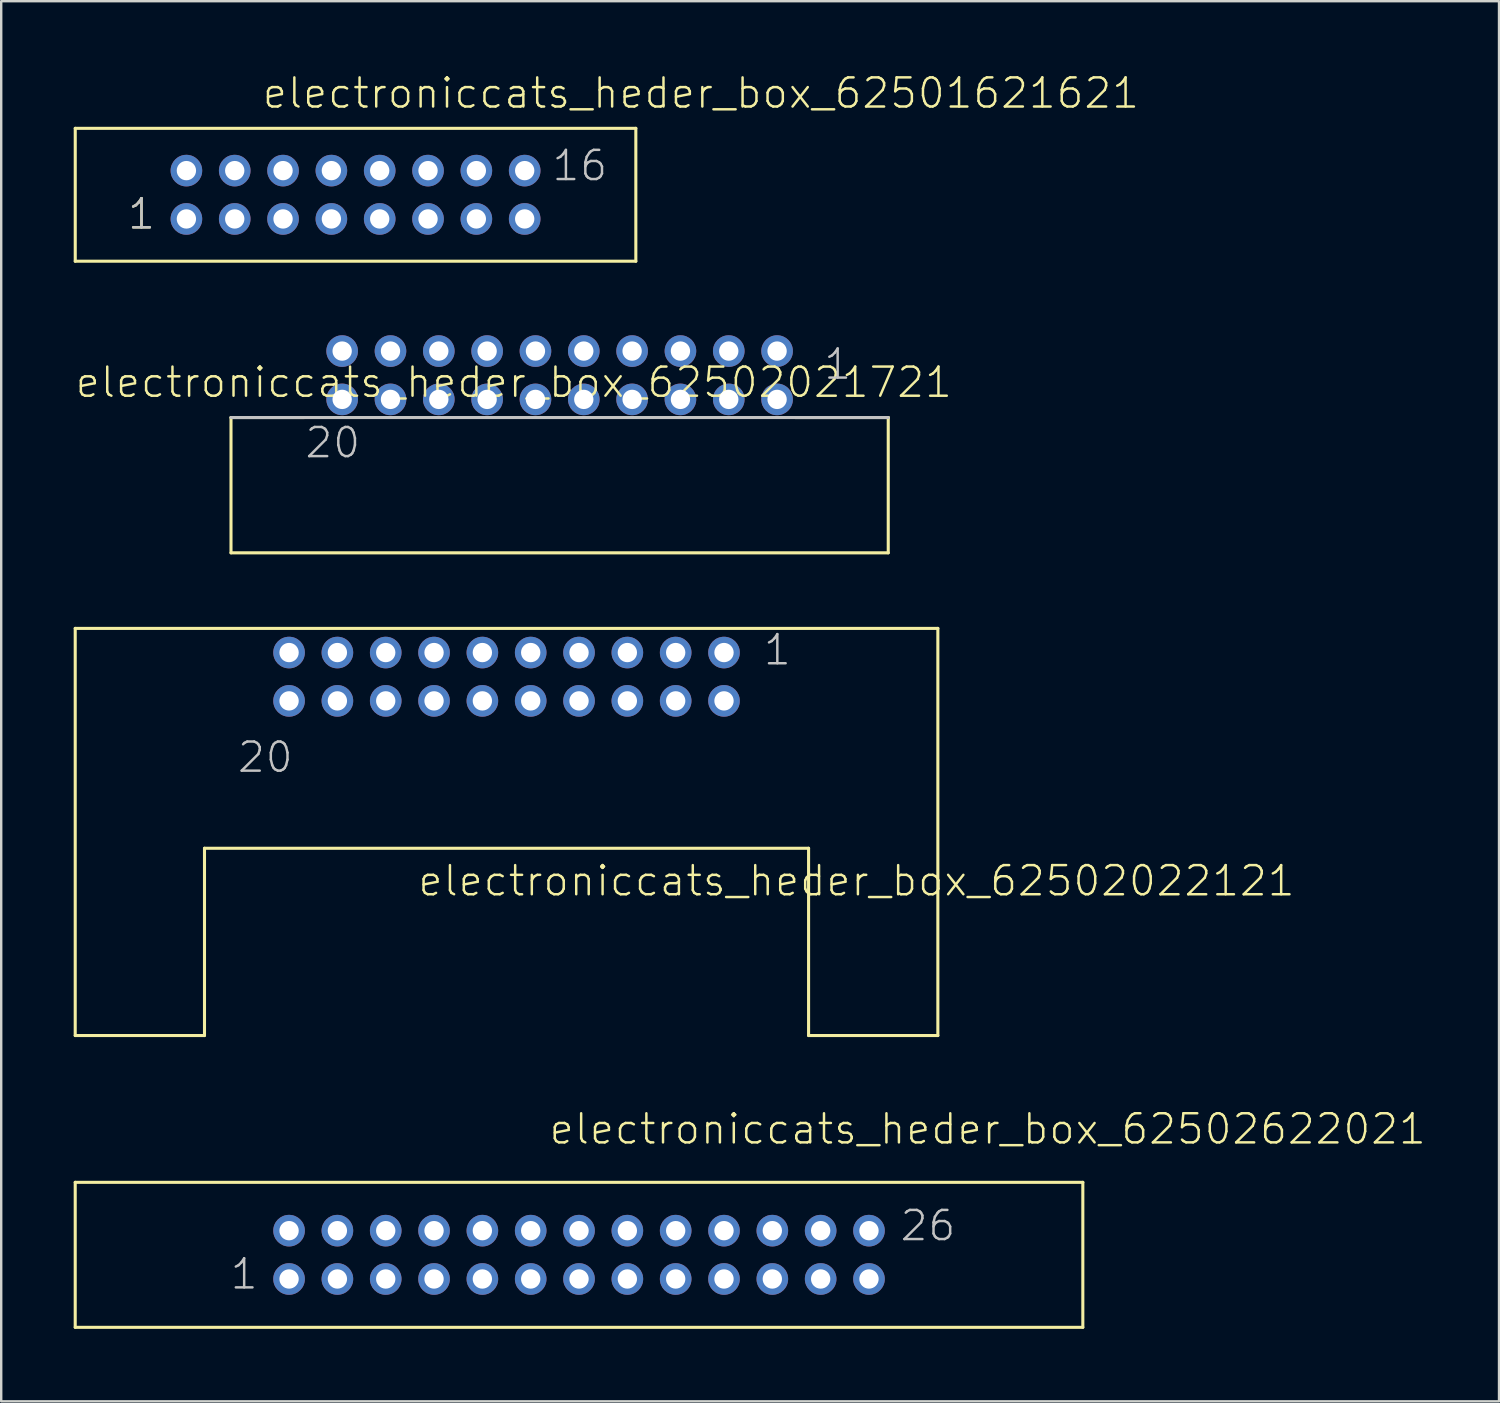
<source format=kicad_pcb>
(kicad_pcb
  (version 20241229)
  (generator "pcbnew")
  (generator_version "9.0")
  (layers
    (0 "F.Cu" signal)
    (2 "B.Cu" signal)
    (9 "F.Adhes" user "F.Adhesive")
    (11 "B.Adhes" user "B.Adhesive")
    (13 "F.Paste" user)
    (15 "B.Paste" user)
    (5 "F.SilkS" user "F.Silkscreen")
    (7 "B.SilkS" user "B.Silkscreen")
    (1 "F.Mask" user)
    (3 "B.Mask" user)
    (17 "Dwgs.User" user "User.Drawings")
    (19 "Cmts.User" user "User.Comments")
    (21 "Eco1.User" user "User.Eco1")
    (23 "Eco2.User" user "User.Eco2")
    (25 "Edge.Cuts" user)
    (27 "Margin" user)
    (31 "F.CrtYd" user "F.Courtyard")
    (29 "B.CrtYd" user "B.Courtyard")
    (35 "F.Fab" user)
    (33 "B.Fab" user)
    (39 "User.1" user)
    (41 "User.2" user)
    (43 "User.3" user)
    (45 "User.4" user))
  (footprint "electroniccats_heder_box_62502022121"
    (layer "F.Cu")
    (at 17.913 24.956)
    (property "Reference" "electroniccats_heder_box_62502022121" (at -3.73 9.155 0) (layer "F.SilkS") (effects (font (size 1.206 1.206) (thickness 0.102)) (justify left bottom)))
    (attr through_hole)
    (fp_line (start -17.85 -2) (end -17.85 14.85) (stroke (width 0.127) (type solid)) (layer "F.SilkS"))
    (fp_line (start -17.85 14.85) (end -12.5 14.85) (stroke (width 0.127) (type solid)) (layer "F.SilkS"))
    (fp_line (start -12.5 7.1) (end 12.5 7.1) (stroke (width 0.127) (type solid)) (layer "F.SilkS"))
    (fp_line (start -12.5 14.85) (end -12.5 7.1) (stroke (width 0.127) (type solid)) (layer "F.SilkS"))
    (fp_line (start 12.5 7.1) (end 12.5 14.85) (stroke (width 0.127) (type solid)) (layer "F.SilkS"))
    (fp_line (start 12.5 14.85) (end 17.85 14.85) (stroke (width 0.127) (type solid)) (layer "F.SilkS"))
    (fp_line (start 17.85 -2) (end -17.85 -2) (stroke (width 0.127) (type solid)) (layer "F.SilkS"))
    (fp_line (start 17.85 14.85) (end 17.85 -2) (stroke (width 0.127) (type solid)) (layer "F.SilkS"))
    (fp_text user "1" (at 10.565 -0.405 0) (layer "Dwgs.User") (effects (font (size 1.206 1.206) (thickness 0.102)) (justify left bottom)))
    (fp_text user "20" (at -11.2 4.04 0) (layer "Dwgs.User") (effects (font (size 1.206 1.206) (thickness 0.102)) (justify left bottom)))
    (pad "1" thru_hole circle (at 9 -1) (size 1.308 1.308) (drill 0.8) (layers "*.Cu" "*.Mask"))
    (pad "2" thru_hole circle (at 9 1) (size 1.308 1.308) (drill 0.8) (layers "*.Cu" "*.Mask"))
    (pad "3" thru_hole circle (at 7 -1) (size 1.308 1.308) (drill 0.8) (layers "*.Cu" "*.Mask"))
    (pad "4" thru_hole circle (at 7 1) (size 1.308 1.308) (drill 0.8) (layers "*.Cu" "*.Mask"))
    (pad "5" thru_hole circle (at 5 -1) (size 1.308 1.308) (drill 0.8) (layers "*.Cu" "*.Mask"))
    (pad "6" thru_hole circle (at 5 1) (size 1.308 1.308) (drill 0.8) (layers "*.Cu" "*.Mask"))
    (pad "7" thru_hole circle (at 3 -1) (size 1.308 1.308) (drill 0.8) (layers "*.Cu" "*.Mask"))
    (pad "8" thru_hole circle (at 3 1) (size 1.308 1.308) (drill 0.8) (layers "*.Cu" "*.Mask"))
    (pad "9" thru_hole circle (at 1 -1) (size 1.308 1.308) (drill 0.8) (layers "*.Cu" "*.Mask"))
    (pad "10" thru_hole circle (at 1 1) (size 1.308 1.308) (drill 0.8) (layers "*.Cu" "*.Mask"))
    (pad "11" thru_hole circle (at -1 -1) (size 1.308 1.308) (drill 0.8) (layers "*.Cu" "*.Mask"))
    (pad "12" thru_hole circle (at -1 1) (size 1.308 1.308) (drill 0.8) (layers "*.Cu" "*.Mask"))
    (pad "13" thru_hole circle (at -3 -1) (size 1.308 1.308) (drill 0.8) (layers "*.Cu" "*.Mask"))
    (pad "14" thru_hole circle (at -3 1) (size 1.308 1.308) (drill 0.8) (layers "*.Cu" "*.Mask"))
    (pad "15" thru_hole circle (at -5 -1) (size 1.308 1.308) (drill 0.8) (layers "*.Cu" "*.Mask"))
    (pad "16" thru_hole circle (at -5 1) (size 1.308 1.308) (drill 0.8) (layers "*.Cu" "*.Mask"))
    (pad "17" thru_hole circle (at -7 -1) (size 1.308 1.308) (drill 0.8) (layers "*.Cu" "*.Mask"))
    (pad "18" thru_hole circle (at -7 1) (size 1.308 1.308) (drill 0.8) (layers "*.Cu" "*.Mask"))
    (pad "19" thru_hole circle (at -9 -1) (size 1.308 1.308) (drill 0.8) (layers "*.Cu" "*.Mask"))
    (pad "20" thru_hole circle (at -9 1) (size 1.308 1.308) (drill 0.8) (layers "*.Cu" "*.Mask")))
  (footprint "electroniccats_heder_box_62502622021"
    (layer "F.Cu")
    (at 20.913 48.881)
    (property "Reference" "electroniccats_heder_box_62502622021" (at -1.3 -4.5 0) (layer "F.SilkS") (effects (font (size 1.206 1.206) (thickness 0.102)) (justify left bottom)))
    (attr through_hole)
    (fp_line (start -20.85 -3) (end -20.85 3) (stroke (width 0.127) (type solid)) (layer "F.SilkS"))
    (fp_line (start -20.85 3) (end 20.85 3) (stroke (width 0.127) (type solid)) (layer "F.SilkS"))
    (fp_line (start 20.85 -3) (end -20.85 -3) (stroke (width 0.127) (type solid)) (layer "F.SilkS"))
    (fp_line (start 20.85 3) (end 20.85 -3) (stroke (width 0.127) (type solid)) (layer "F.SilkS"))
    (fp_text user "26" (at 13.225 -0.5 0) (layer "Dwgs.User") (effects (font (size 1.206 1.206) (thickness 0.102)) (justify left bottom)))
    (fp_text user "1" (at -14.5 1.5 0) (layer "Dwgs.User") (effects (font (size 1.206 1.206) (thickness 0.102)) (justify left bottom)))
    (pad "1" thru_hole circle (at -12 1) (size 1.308 1.308) (drill 0.8) (layers "*.Cu" "*.Mask"))
    (pad "2" thru_hole circle (at -12 -1) (size 1.308 1.308) (drill 0.8) (layers "*.Cu" "*.Mask"))
    (pad "3" thru_hole circle (at -10 1) (size 1.308 1.308) (drill 0.8) (layers "*.Cu" "*.Mask"))
    (pad "4" thru_hole circle (at -10 -1) (size 1.308 1.308) (drill 0.8) (layers "*.Cu" "*.Mask"))
    (pad "5" thru_hole circle (at -8 1) (size 1.308 1.308) (drill 0.8) (layers "*.Cu" "*.Mask"))
    (pad "6" thru_hole circle (at -8 -1) (size 1.308 1.308) (drill 0.8) (layers "*.Cu" "*.Mask"))
    (pad "7" thru_hole circle (at -6 1) (size 1.308 1.308) (drill 0.8) (layers "*.Cu" "*.Mask"))
    (pad "8" thru_hole circle (at -6 -1) (size 1.308 1.308) (drill 0.8) (layers "*.Cu" "*.Mask"))
    (pad "9" thru_hole circle (at -4 1) (size 1.308 1.308) (drill 0.8) (layers "*.Cu" "*.Mask"))
    (pad "10" thru_hole circle (at -4 -1) (size 1.308 1.308) (drill 0.8) (layers "*.Cu" "*.Mask"))
    (pad "11" thru_hole circle (at -2 1) (size 1.308 1.308) (drill 0.8) (layers "*.Cu" "*.Mask"))
    (pad "12" thru_hole circle (at -2 -1) (size 1.308 1.308) (drill 0.8) (layers "*.Cu" "*.Mask"))
    (pad "13" thru_hole circle (at 0 1) (size 1.308 1.308) (drill 0.8) (layers "*.Cu" "*.Mask"))
    (pad "14" thru_hole circle (at 0 -1) (size 1.308 1.308) (drill 0.8) (layers "*.Cu" "*.Mask"))
    (pad "15" thru_hole circle (at 2 1) (size 1.308 1.308) (drill 0.8) (layers "*.Cu" "*.Mask"))
    (pad "16" thru_hole circle (at 2 -1) (size 1.308 1.308) (drill 0.8) (layers "*.Cu" "*.Mask"))
    (pad "17" thru_hole circle (at 4 1) (size 1.308 1.308) (drill 0.8) (layers "*.Cu" "*.Mask"))
    (pad "18" thru_hole circle (at 4 -1) (size 1.308 1.308) (drill 0.8) (layers "*.Cu" "*.Mask"))
    (pad "19" thru_hole circle (at 6 1) (size 1.308 1.308) (drill 0.8) (layers "*.Cu" "*.Mask"))
    (pad "20" thru_hole circle (at 6 -1) (size 1.308 1.308) (drill 0.8) (layers "*.Cu" "*.Mask"))
    (pad "21" thru_hole circle (at 8 1) (size 1.308 1.308) (drill 0.8) (layers "*.Cu" "*.Mask"))
    (pad "22" thru_hole circle (at 8 -1) (size 1.308 1.308) (drill 0.8) (layers "*.Cu" "*.Mask"))
    (pad "23" thru_hole circle (at 10 1) (size 1.308 1.308) (drill 0.8) (layers "*.Cu" "*.Mask"))
    (pad "24" thru_hole circle (at 10 -1) (size 1.308 1.308) (drill 0.8) (layers "*.Cu" "*.Mask"))
    (pad "25" thru_hole circle (at 12 1) (size 1.308 1.308) (drill 0.8) (layers "*.Cu" "*.Mask"))
    (pad "26" thru_hole circle (at 12 -1) (size 1.308 1.308) (drill 0.8) (layers "*.Cu" "*.Mask")))
  (footprint "electroniccats_heder_box_62502021721"
    (layer "F.Cu")
    (at 20.11 12.479)
    (property "Reference" "electroniccats_heder_box_62502021721" (at -20.11 1 0) (layer "F.SilkS") (effects (font (size 1.206 1.206) (thickness 0.102)) (justify left bottom)))
    (attr through_hole)
    (fp_line (start -13.6 1.75) (end -13.6 7.35) (stroke (width 0.127) (type solid)) (layer "F.SilkS"))
    (fp_line (start -13.6 7.35) (end 13.6 7.35) (stroke (width 0.127) (type solid)) (layer "F.SilkS"))
    (fp_line (start -10.55 1.75) (end -13.6 1.75) (stroke (width 0.127) (type solid)) (layer "F.SilkS"))
    (fp_line (start 9.75 1.75) (end 13.6 1.75) (stroke (width 0.127) (type solid)) (layer "F.SilkS"))
    (fp_line (start 13.6 7.35) (end 13.6 1.75) (stroke (width 0.127) (type solid)) (layer "F.SilkS"))
    (fp_line (start 13.6 1.75) (end -13.6 1.75) (stroke (width 0.127) (type solid)) (layer "Dwgs.User"))
    (fp_text user "1" (at 10.865 0.25 0) (layer "Dwgs.User") (effects (font (size 1.206 1.206) (thickness 0.102)) (justify left bottom)))
    (fp_text user "20" (at -10.605 3.5 0) (layer "Dwgs.User") (effects (font (size 1.206 1.206) (thickness 0.102)) (justify left bottom)))
    (pad "1" thru_hole circle (at 9 -1 180) (size 1.308 1.308) (drill 0.8) (layers "*.Cu" "*.Mask"))
    (pad "2" thru_hole circle (at 9 1 180) (size 1.308 1.308) (drill 0.8) (layers "*.Cu" "*.Mask"))
    (pad "3" thru_hole circle (at 7 -1 180) (size 1.308 1.308) (drill 0.8) (layers "*.Cu" "*.Mask"))
    (pad "4" thru_hole circle (at 7 1 180) (size 1.308 1.308) (drill 0.8) (layers "*.Cu" "*.Mask"))
    (pad "5" thru_hole circle (at 5 -1 180) (size 1.308 1.308) (drill 0.8) (layers "*.Cu" "*.Mask"))
    (pad "6" thru_hole circle (at 5 1 180) (size 1.308 1.308) (drill 0.8) (layers "*.Cu" "*.Mask"))
    (pad "7" thru_hole circle (at 3 -1 180) (size 1.308 1.308) (drill 0.8) (layers "*.Cu" "*.Mask"))
    (pad "8" thru_hole circle (at 3 1 180) (size 1.308 1.308) (drill 0.8) (layers "*.Cu" "*.Mask"))
    (pad "9" thru_hole circle (at 1 -1 180) (size 1.308 1.308) (drill 0.8) (layers "*.Cu" "*.Mask"))
    (pad "10" thru_hole circle (at 1 1 180) (size 1.308 1.308) (drill 0.8) (layers "*.Cu" "*.Mask"))
    (pad "11" thru_hole circle (at -1 -1 180) (size 1.308 1.308) (drill 0.8) (layers "*.Cu" "*.Mask"))
    (pad "12" thru_hole circle (at -1 1 180) (size 1.308 1.308) (drill 0.8) (layers "*.Cu" "*.Mask"))
    (pad "13" thru_hole circle (at -3 -1 180) (size 1.308 1.308) (drill 0.8) (layers "*.Cu" "*.Mask"))
    (pad "14" thru_hole circle (at -3 1 180) (size 1.308 1.308) (drill 0.8) (layers "*.Cu" "*.Mask"))
    (pad "15" thru_hole circle (at -5 -1 180) (size 1.308 1.308) (drill 0.8) (layers "*.Cu" "*.Mask"))
    (pad "16" thru_hole circle (at -5 1 180) (size 1.308 1.308) (drill 0.8) (layers "*.Cu" "*.Mask"))
    (pad "17" thru_hole circle (at -7 -1 180) (size 1.308 1.308) (drill 0.8) (layers "*.Cu" "*.Mask"))
    (pad "18" thru_hole circle (at -7 1 180) (size 1.308 1.308) (drill 0.8) (layers "*.Cu" "*.Mask"))
    (pad "19" thru_hole circle (at -9 -1 180) (size 1.308 1.308) (drill 0.8) (layers "*.Cu" "*.Mask"))
    (pad "20" thru_hole circle (at -9 1 180) (size 1.308 1.308) (drill 0.8) (layers "*.Cu" "*.Mask")))
  (footprint "electroniccats_heder_box_62501621621"
    (layer "F.Cu")
    (at 11.664 5.011)
    (property "Reference" "electroniccats_heder_box_62501621621" (at -3.92 -3.5 0) (layer "F.SilkS") (effects (font (size 1.206 1.206) (thickness 0.102)) (justify left bottom)))
    (attr through_hole)
    (fp_line (start -11.6 -2.75) (end -11.6 2.75) (stroke (width 0.127) (type solid)) (layer "F.SilkS"))
    (fp_line (start -11.6 2.75) (end 11.6 2.75) (stroke (width 0.127) (type solid)) (layer "F.SilkS"))
    (fp_line (start 11.6 -2.75) (end -11.6 -2.75) (stroke (width 0.127) (type solid)) (layer "F.SilkS"))
    (fp_line (start 11.6 2.75) (end 11.6 -2.75) (stroke (width 0.127) (type solid)) (layer "F.SilkS"))
    (fp_text user "1" (at -9.5 1.5 0) (layer "F.SilkS") (effects (font (size 1.206 1.206) (thickness 0.102)) (justify left bottom)))
    (fp_text user "16" (at 8.065 -0.5 0) (layer "Dwgs.User") (effects (font (size 1.206 1.206) (thickness 0.102)) (justify left bottom)))
    (fp_text user "1" (at -9.5 1.5 0) (layer "Dwgs.User") (effects (font (size 1.206 1.206) (thickness 0.102)) (justify left bottom)))
    (pad "1" thru_hole circle (at -7 1) (size 1.308 1.308) (drill 0.8) (layers "*.Cu" "*.Mask"))
    (pad "2" thru_hole circle (at -7 -1) (size 1.308 1.308) (drill 0.8) (layers "*.Cu" "*.Mask"))
    (pad "3" thru_hole circle (at -5 1) (size 1.308 1.308) (drill 0.8) (layers "*.Cu" "*.Mask"))
    (pad "4" thru_hole circle (at -5 -1) (size 1.308 1.308) (drill 0.8) (layers "*.Cu" "*.Mask"))
    (pad "5" thru_hole circle (at -3 1) (size 1.308 1.308) (drill 0.8) (layers "*.Cu" "*.Mask"))
    (pad "6" thru_hole circle (at -3 -1) (size 1.308 1.308) (drill 0.8) (layers "*.Cu" "*.Mask"))
    (pad "7" thru_hole circle (at -1 1) (size 1.308 1.308) (drill 0.8) (layers "*.Cu" "*.Mask"))
    (pad "8" thru_hole circle (at -1 -1) (size 1.308 1.308) (drill 0.8) (layers "*.Cu" "*.Mask"))
    (pad "9" thru_hole circle (at 1 1) (size 1.308 1.308) (drill 0.8) (layers "*.Cu" "*.Mask"))
    (pad "10" thru_hole circle (at 1 -1) (size 1.308 1.308) (drill 0.8) (layers "*.Cu" "*.Mask"))
    (pad "11" thru_hole circle (at 3 1) (size 1.308 1.308) (drill 0.8) (layers "*.Cu" "*.Mask"))
    (pad "12" thru_hole circle (at 3 -1) (size 1.308 1.308) (drill 0.8) (layers "*.Cu" "*.Mask"))
    (pad "13" thru_hole circle (at 5 1) (size 1.308 1.308) (drill 0.8) (layers "*.Cu" "*.Mask"))
    (pad "14" thru_hole circle (at 5 -1) (size 1.308 1.308) (drill 0.8) (layers "*.Cu" "*.Mask"))
    (pad "15" thru_hole circle (at 7 1) (size 1.308 1.308) (drill 0.8) (layers "*.Cu" "*.Mask"))
    (pad "16" thru_hole circle (at 7 -1) (size 1.308 1.308) (drill 0.8) (layers "*.Cu" "*.Mask")))
  (gr_rect
    (start -3 -3)
    (end 58.987 54.944)
    (stroke (width 0.1) (type default))
    (fill no)
    (layer "Edge.Cuts")))
</source>
